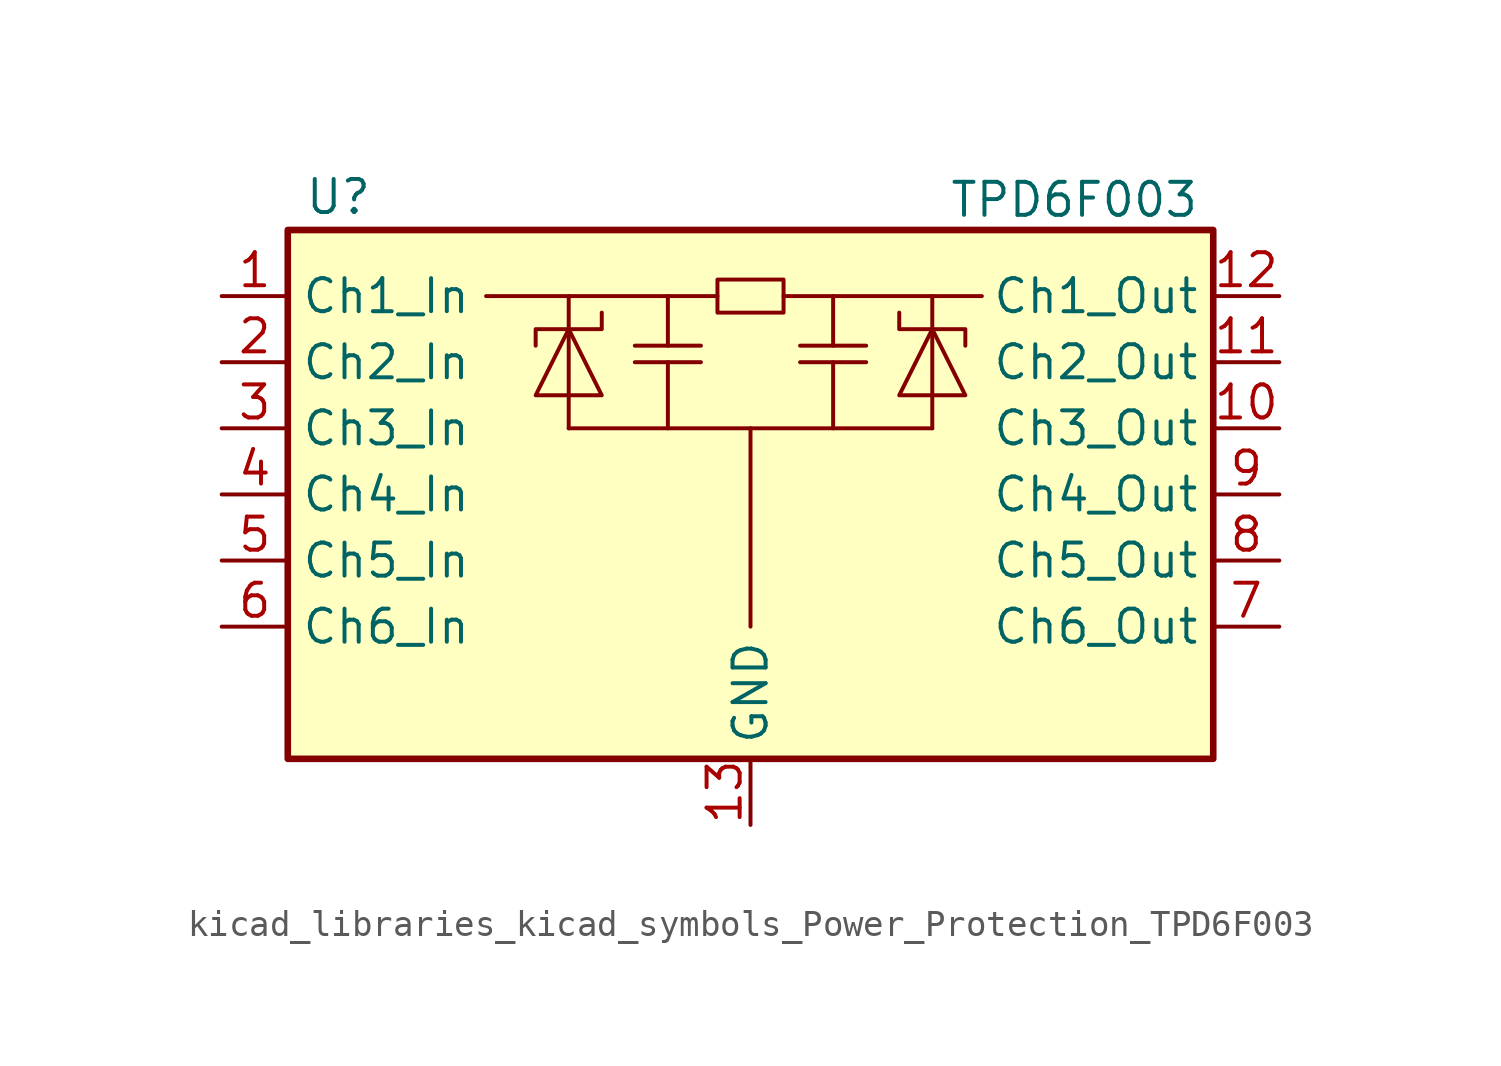
<source format=kicad_sym>
(kicad_symbol_lib
  (version 20220914)
  (generator kicad_symbol_editor)
  (symbol "kicad_libraries_kicad_symbols_Power_Protection_TPD6F003"
    (property "Reference" "U"
      (at -17.145 11.43 0)
      (effects (font (size 1.27 1.27)) (justify left)))
    (property "Value" "TPD6F003"
      (at 7.62 12.065 0)
      (effects (font (size 1.27 1.27)) (justify left top)))
    (symbol "kicad_libraries_kicad_symbols_Power_Protection_TPD6F003_0_1"
      (rectangle (start -17.78 10.16) (end 17.78 -10.16) (stroke (width 0.254) (type default)) (fill (type background)))
      (polyline (pts (xy -6.985 2.54) (xy 6.985 2.54)) (stroke (width 0) (type default)) (fill (type none)))
      (polyline (pts (xy -6.985 6.35) (xy -6.985 7.62)) (stroke (width 0) (type default)) (fill (type none)))
      (polyline (pts (xy -4.445 5.715) (xy -1.905 5.715)) (stroke (width 0) (type default)) (fill (type none)))
      (polyline (pts (xy -3.175 5.08) (xy -3.175 2.54)) (stroke (width 0) (type default)) (fill (type none)))
      (polyline (pts (xy -3.175 7.62) (xy -3.175 5.715)) (stroke (width 0) (type default)) (fill (type none)))
      (polyline (pts (xy -1.905 5.08) (xy -4.445 5.08)) (stroke (width 0) (type default)) (fill (type none)))
      (polyline (pts (xy -1.27 7.62) (xy -10.16 7.62)) (stroke (width 0) (type default)) (fill (type none)))
      (polyline (pts (xy 0 2.54) (xy 0 -5.08)) (stroke (width 0) (type default)) (fill (type none)))
      (polyline (pts (xy 1.27 7.62) (xy 8.89 7.62)) (stroke (width 0) (type default)) (fill (type none)))
      (polyline (pts (xy 1.905 5.715) (xy 4.445 5.715)) (stroke (width 0) (type default)) (fill (type none)))
      (polyline (pts (xy 3.175 5.08) (xy 3.175 2.54)) (stroke (width 0) (type default)) (fill (type none)))
      (polyline (pts (xy 3.175 7.62) (xy 3.175 5.715)) (stroke (width 0) (type default)) (fill (type none)))
      (polyline (pts (xy 4.445 5.08) (xy 1.905 5.08)) (stroke (width 0) (type default)) (fill (type none)))
      (polyline (pts (xy 6.985 6.35) (xy 6.985 7.62)) (stroke (width 0) (type default)) (fill (type none)))
      (polyline (pts (xy -6.985 3.81) (xy -6.985 6.35) (xy -6.985 2.54)) (stroke (width 0) (type default)) (fill (type none)))
      (polyline (pts (xy 6.985 3.81) (xy 6.985 6.35) (xy 6.985 2.54)) (stroke (width 0) (type default)) (fill (type none)))
      (polyline (pts (xy -6.985 6.35) (xy -5.715 3.81) (xy -8.255 3.81) (xy -6.985 6.35)) (stroke (width 0) (type default)) (fill (type none)))
      (polyline (pts (xy -5.715 6.985) (xy -5.715 6.35) (xy -8.255 6.35) (xy -8.255 5.715)) (stroke (width 0) (type default)) (fill (type none)))
      (polyline (pts (xy 5.715 6.985) (xy 5.715 6.35) (xy 8.255 6.35) (xy 8.255 5.715)) (stroke (width 0) (type default)) (fill (type none)))
      (polyline (pts (xy 6.985 6.35) (xy 5.715 3.81) (xy 8.255 3.81) (xy 6.985 6.35)) (stroke (width 0) (type default)) (fill (type none)))
      (polyline (pts (xy -1.27 7.62) (xy -1.27 6.985) (xy 1.27 6.985) (xy 1.27 8.255) (xy -1.27 8.255) (xy -1.27 7.62)) (stroke (width 0) (type default)) (fill (type none))))
    (symbol "kicad_libraries_kicad_symbols_Power_Protection_TPD6F003_1_1"
      (pin passive line (at -20.32 7.62 0) (length 2.54) (name "Ch1_In" (effects (font (size 1.27 1.27)))) (number "1" (effects (font (size 1.27 1.27)))))
      (pin passive line (at 20.32 2.54 180) (length 2.54) (name "Ch3_Out" (effects (font (size 1.27 1.27)))) (number "10" (effects (font (size 1.27 1.27)))))
      (pin passive line (at 20.32 5.08 180) (length 2.54) (name "Ch2_Out" (effects (font (size 1.27 1.27)))) (number "11" (effects (font (size 1.27 1.27)))))
      (pin passive line (at 20.32 7.62 180) (length 2.54) (name "Ch1_Out" (effects (font (size 1.27 1.27)))) (number "12" (effects (font (size 1.27 1.27)))))
      (pin power_in line (at 0 -12.7 90) (length 2.54) (name "GND" (effects (font (size 1.27 1.27)))) (number "13" (effects (font (size 1.27 1.27)))))
      (pin passive line (at -20.32 5.08 0) (length 2.54) (name "Ch2_In" (effects (font (size 1.27 1.27)))) (number "2" (effects (font (size 1.27 1.27)))))
      (pin passive line (at -20.32 2.54 0) (length 2.54) (name "Ch3_In" (effects (font (size 1.27 1.27)))) (number "3" (effects (font (size 1.27 1.27)))))
      (pin passive line (at -20.32 0 0) (length 2.54) (name "Ch4_In" (effects (font (size 1.27 1.27)))) (number "4" (effects (font (size 1.27 1.27)))))
      (pin passive line (at -20.32 -2.54 0) (length 2.54) (name "Ch5_In" (effects (font (size 1.27 1.27)))) (number "5" (effects (font (size 1.27 1.27)))))
      (pin passive line (at -20.32 -5.08 0) (length 2.54) (name "Ch6_In" (effects (font (size 1.27 1.27)))) (number "6" (effects (font (size 1.27 1.27)))))
      (pin passive line (at 20.32 -5.08 180) (length 2.54) (name "Ch6_Out" (effects (font (size 1.27 1.27)))) (number "7" (effects (font (size 1.27 1.27)))))
      (pin passive line (at 20.32 -2.54 180) (length 2.54) (name "Ch5_Out" (effects (font (size 1.27 1.27)))) (number "8" (effects (font (size 1.27 1.27)))))
      (pin passive line (at 20.32 0 180) (length 2.54) (name "Ch4_Out" (effects (font (size 1.27 1.27)))) (number "9" (effects (font (size 1.27 1.27))))))))
</source>
